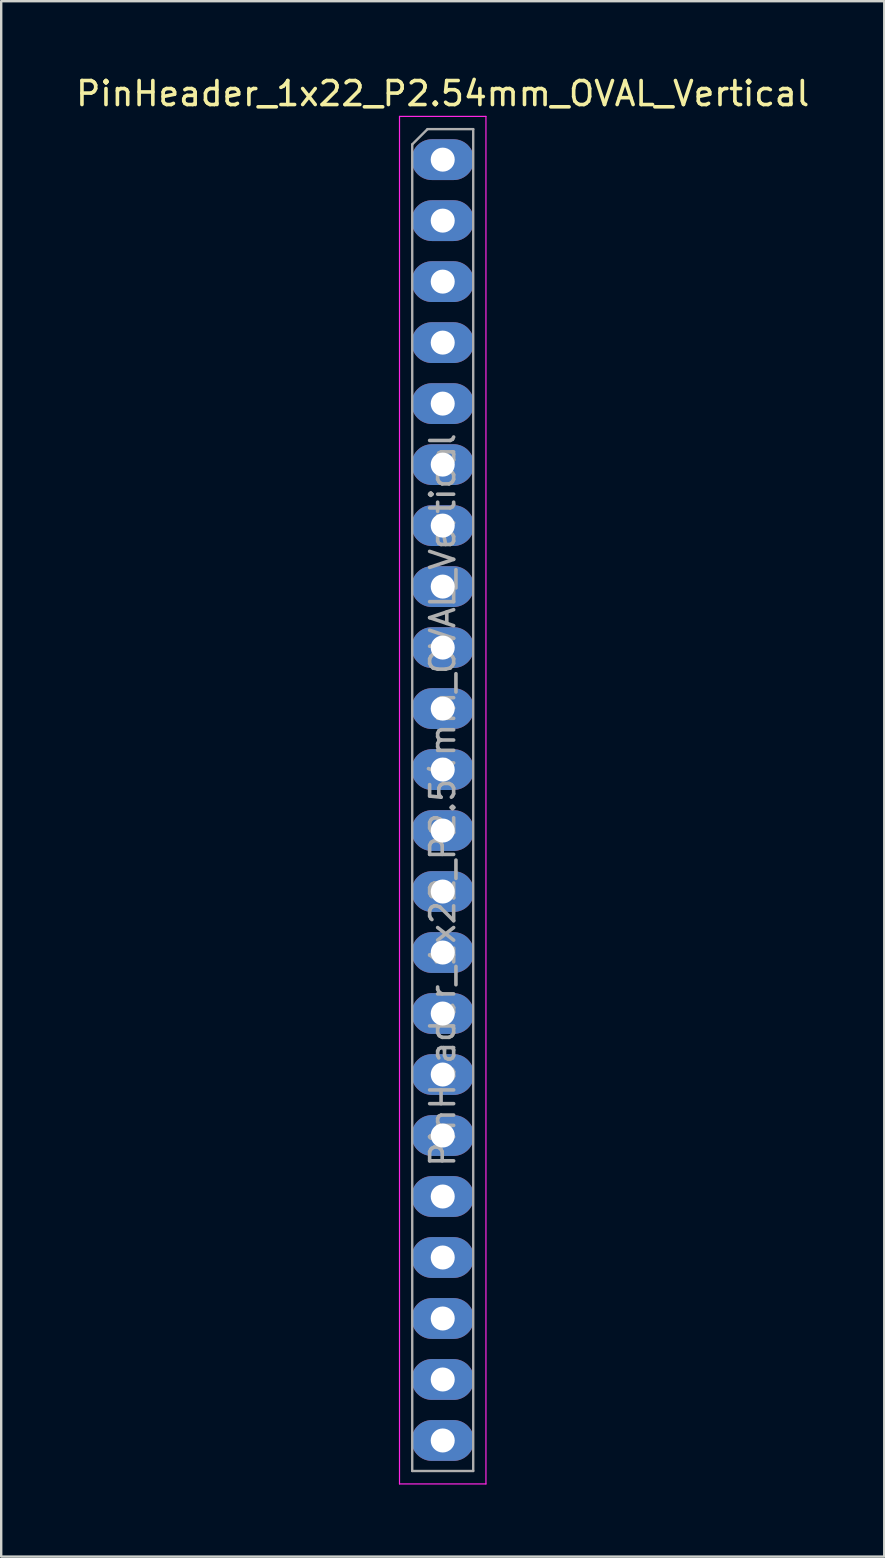
<source format=kicad_pcb>
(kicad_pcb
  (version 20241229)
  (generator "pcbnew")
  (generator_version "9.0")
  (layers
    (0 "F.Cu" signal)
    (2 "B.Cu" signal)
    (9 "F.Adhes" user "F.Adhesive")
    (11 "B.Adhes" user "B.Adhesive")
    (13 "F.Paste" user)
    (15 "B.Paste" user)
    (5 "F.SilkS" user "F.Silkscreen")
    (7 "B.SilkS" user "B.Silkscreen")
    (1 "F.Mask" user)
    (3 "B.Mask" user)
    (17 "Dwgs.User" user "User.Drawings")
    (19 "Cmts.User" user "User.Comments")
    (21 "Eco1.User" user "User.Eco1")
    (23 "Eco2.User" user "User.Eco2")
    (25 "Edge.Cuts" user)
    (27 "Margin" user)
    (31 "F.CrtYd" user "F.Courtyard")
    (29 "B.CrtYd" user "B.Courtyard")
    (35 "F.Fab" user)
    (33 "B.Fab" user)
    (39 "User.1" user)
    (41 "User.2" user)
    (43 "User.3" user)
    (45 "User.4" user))
  (footprint "PinHeader_1x22_P2.54mm_OVAL_Vertical"
    (layer "F.Cu")
    (at 15.387 3.598)
    (property "Reference" "PinHeader_1x22_P2.54mm_OVAL_Vertical" (at 0 -2.75 0) (unlocked yes) (layer "F.SilkS") (effects (font (size 1 1) (thickness 0.15))))
    (attr through_hole)
    (fp_line (start -1.8 -1.8) (end -1.8 55.15) (stroke (width 0.05) (type solid)) (layer "F.CrtYd"))
    (fp_line (start -1.8 55.15) (end 1.8 55.15) (stroke (width 0.05) (type solid)) (layer "F.CrtYd"))
    (fp_line (start 1.8 -1.8) (end -1.8 -1.8) (stroke (width 0.05) (type solid)) (layer "F.CrtYd"))
    (fp_line (start 1.8 55.15) (end 1.8 -1.8) (stroke (width 0.05) (type solid)) (layer "F.CrtYd"))
    (fp_line (start -1.27 -0.635) (end -0.635 -1.27) (stroke (width 0.1) (type solid)) (layer "F.Fab"))
    (fp_line (start -1.27 54.61) (end -1.27 -0.635) (stroke (width 0.1) (type solid)) (layer "F.Fab"))
    (fp_line (start -0.635 -1.27) (end 1.27 -1.27) (stroke (width 0.1) (type solid)) (layer "F.Fab"))
    (fp_line (start 1.27 -1.27) (end 1.27 54.61) (stroke (width 0.1) (type solid)) (layer "F.Fab"))
    (fp_line (start 1.27 54.61) (end -1.27 54.61) (stroke (width 0.1) (type solid)) (layer "F.Fab"))
    (fp_text user "${REFERENCE}" (at 0 26.67 90) (layer "F.Fab") (effects (font (size 1 1) (thickness 0.15))))
    (pad "1" thru_hole oval (at 0 0) (size 2.6 1.7) (drill 1) (layers "*.Cu" "*.Mask"))
    (pad "2" thru_hole oval (at 0 2.54) (size 2.6 1.7) (drill 1) (layers "*.Cu" "*.Mask"))
    (pad "3" thru_hole oval (at 0 5.08) (size 2.6 1.7) (drill 1) (layers "*.Cu" "*.Mask"))
    (pad "4" thru_hole oval (at 0 7.62) (size 2.6 1.7) (drill 1) (layers "*.Cu" "*.Mask"))
    (pad "5" thru_hole oval (at 0 10.16) (size 2.6 1.7) (drill 1) (layers "*.Cu" "*.Mask"))
    (pad "6" thru_hole oval (at 0 12.7) (size 2.6 1.7) (drill 1) (layers "*.Cu" "*.Mask"))
    (pad "7" thru_hole oval (at 0 15.24) (size 2.6 1.7) (drill 1) (layers "*.Cu" "*.Mask"))
    (pad "8" thru_hole oval (at 0 17.78) (size 2.6 1.7) (drill 1) (layers "*.Cu" "*.Mask"))
    (pad "9" thru_hole oval (at 0 20.32) (size 2.6 1.7) (drill 1) (layers "*.Cu" "*.Mask"))
    (pad "10" thru_hole oval (at 0 22.86) (size 2.6 1.7) (drill 1) (layers "*.Cu" "*.Mask"))
    (pad "11" thru_hole oval (at 0 25.4) (size 2.6 1.7) (drill 1) (layers "*.Cu" "*.Mask"))
    (pad "12" thru_hole oval (at 0 27.94) (size 2.6 1.7) (drill 1) (layers "*.Cu" "*.Mask"))
    (pad "13" thru_hole oval (at 0 30.48) (size 2.6 1.7) (drill 1) (layers "*.Cu" "*.Mask"))
    (pad "14" thru_hole oval (at 0 33.02) (size 2.6 1.7) (drill 1) (layers "*.Cu" "*.Mask"))
    (pad "15" thru_hole oval (at 0 35.56) (size 2.6 1.7) (drill 1) (layers "*.Cu" "*.Mask"))
    (pad "16" thru_hole oval (at 0 38.1) (size 2.6 1.7) (drill 1) (layers "*.Cu" "*.Mask"))
    (pad "17" thru_hole oval (at 0 40.64) (size 2.6 1.7) (drill 1) (layers "*.Cu" "*.Mask"))
    (pad "18" thru_hole oval (at 0 43.18) (size 2.6 1.7) (drill 1) (layers "*.Cu" "*.Mask"))
    (pad "19" thru_hole oval (at 0 45.72) (size 2.6 1.7) (drill 1) (layers "*.Cu" "*.Mask"))
    (pad "20" thru_hole oval (at 0 48.26) (size 2.6 1.7) (drill 1) (layers "*.Cu" "*.Mask"))
    (pad "21" thru_hole oval (at 0 50.8) (size 2.6 1.7) (drill 1) (layers "*.Cu" "*.Mask"))
    (pad "22" thru_hole oval (at 0 53.34) (size 2.6 1.7) (drill 1) (layers "*.Cu" "*.Mask")))
  (gr_rect
    (start -3 -3)
    (end 33.774 61.773)
    (stroke (width 0.1) (type default))
    (fill no)
    (layer "Edge.Cuts")))
</source>
